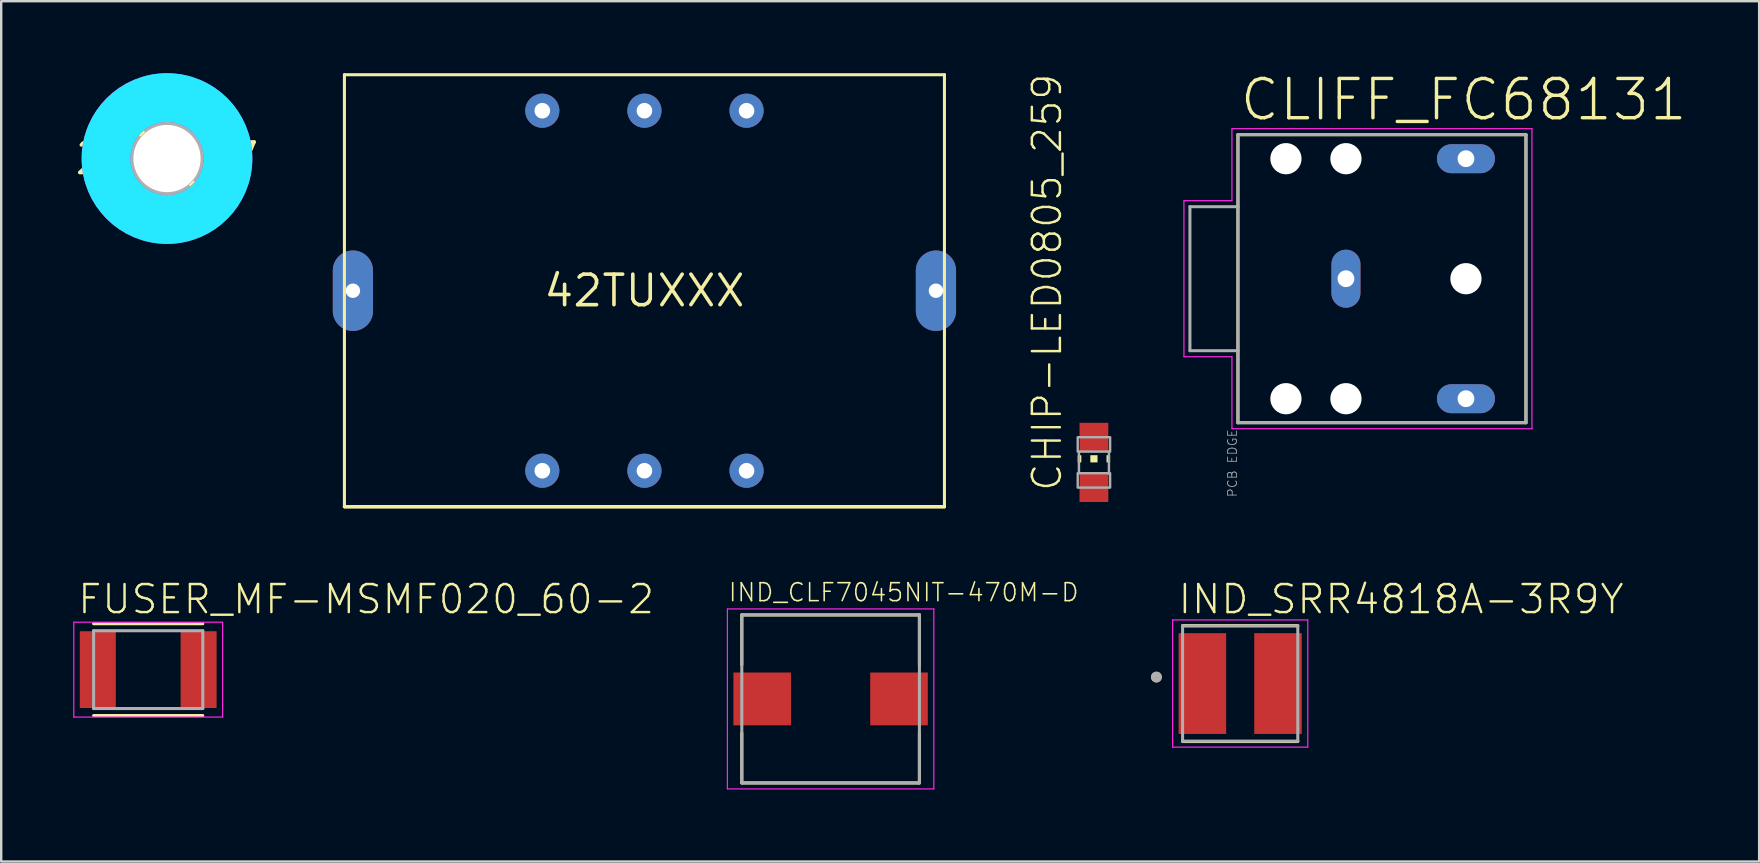
<source format=kicad_pcb>
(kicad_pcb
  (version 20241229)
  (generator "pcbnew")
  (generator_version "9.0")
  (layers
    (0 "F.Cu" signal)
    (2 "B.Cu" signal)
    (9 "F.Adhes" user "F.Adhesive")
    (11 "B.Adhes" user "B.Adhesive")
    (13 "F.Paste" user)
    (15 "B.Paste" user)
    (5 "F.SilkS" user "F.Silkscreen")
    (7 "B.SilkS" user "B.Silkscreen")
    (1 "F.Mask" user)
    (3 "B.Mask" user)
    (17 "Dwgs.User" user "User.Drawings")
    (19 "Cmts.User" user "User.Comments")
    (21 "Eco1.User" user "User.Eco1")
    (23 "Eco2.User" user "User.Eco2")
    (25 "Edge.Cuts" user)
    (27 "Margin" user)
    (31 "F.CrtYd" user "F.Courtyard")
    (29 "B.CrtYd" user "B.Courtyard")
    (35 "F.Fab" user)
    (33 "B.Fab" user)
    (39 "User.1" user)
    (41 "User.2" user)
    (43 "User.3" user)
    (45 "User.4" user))
  (footprint "IND_CLF7045NIT-470M-D"
    (layer "F.Cu")
    (at 31.557 26.07)
    (property "Reference" "IND_CLF7045NIT-470M-D" (at -4.3 -4 0) (unlocked yes) (layer "F.SilkS") (effects (font (size 0.748 0.748) (thickness 0.065)) (justify left bottom)))
    (fp_line (start -3.7 -3.5) (end -3.7 -1.42) (stroke (width 0.127) (type solid)) (layer "F.SilkS"))
    (fp_line (start -3.7 -3.5) (end 3.7 -3.5) (stroke (width 0.127) (type solid)) (layer "F.SilkS"))
    (fp_line (start -3.7 3.5) (end -3.7 1.42) (stroke (width 0.127) (type solid)) (layer "F.SilkS"))
    (fp_line (start -3.7 3.5) (end 3.7 3.5) (stroke (width 0.127) (type solid)) (layer "F.SilkS"))
    (fp_line (start 3.7 -3.5) (end 3.7 -1.42) (stroke (width 0.127) (type solid)) (layer "F.SilkS"))
    (fp_line (start 3.7 3.5) (end 3.7 1.42) (stroke (width 0.127) (type solid)) (layer "F.SilkS"))
    (fp_line (start -4.3 -3.75) (end -4.3 3.75) (stroke (width 0.05) (type solid)) (layer "F.CrtYd"))
    (fp_line (start -4.3 3.75) (end 4.3 3.75) (stroke (width 0.05) (type solid)) (layer "F.CrtYd"))
    (fp_line (start 4.3 -3.75) (end -4.3 -3.75) (stroke (width 0.05) (type solid)) (layer "F.CrtYd"))
    (fp_line (start 4.3 3.75) (end 4.3 -3.75) (stroke (width 0.05) (type solid)) (layer "F.CrtYd"))
    (fp_line (start -3.7 -3.5) (end -3.7 3.5) (stroke (width 0.127) (type solid)) (layer "F.Fab"))
    (fp_line (start -3.7 -3.5) (end 3.7 -3.5) (stroke (width 0.127) (type solid)) (layer "F.Fab"))
    (fp_line (start -3.7 3.5) (end 3.7 3.5) (stroke (width 0.127) (type solid)) (layer "F.Fab"))
    (fp_line (start 3.7 -3.5) (end 3.7 3.5) (stroke (width 0.127) (type solid)) (layer "F.Fab"))
    (pad "1" smd rect (at -2.85 0) (size 2.4 2.2) (layers "F.Cu" "F.Mask" "F.Paste"))
    (pad "2" smd rect (at 2.85 0) (size 2.4 2.2) (layers "F.Cu" "F.Mask" "F.Paste")))
  (footprint "FUSER_MF-MSMF020_60-2"
    (layer "F.Cu")
    (at 3.125 24.85)
    (property "Reference" "FUSER_MF-MSMF020_60-2" (at -3 -2.25 0) (unlocked yes) (layer "F.SilkS") (effects (font (size 1.168 1.168) (thickness 0.102)) (justify left bottom)))
    (fp_line (start -2.275 1.913) (end 2.275 1.913) (stroke (width 0.127) (type solid)) (layer "F.SilkS"))
    (fp_line (start 2.275 -1.913) (end -2.275 -1.913) (stroke (width 0.127) (type solid)) (layer "F.SilkS"))
    (fp_line (start -3.1 -1.977) (end 3.1 -1.977) (stroke (width 0.05) (type solid)) (layer "F.CrtYd"))
    (fp_line (start -3.1 1.977) (end -3.1 -1.977) (stroke (width 0.05) (type solid)) (layer "F.CrtYd"))
    (fp_line (start 3.1 -1.977) (end 3.1 1.977) (stroke (width 0.05) (type solid)) (layer "F.CrtYd"))
    (fp_line (start 3.1 1.977) (end -3.1 1.977) (stroke (width 0.05) (type solid)) (layer "F.CrtYd"))
    (fp_line (start -2.275 -1.62) (end -2.275 1.62) (stroke (width 0.127) (type solid)) (layer "F.Fab"))
    (fp_line (start -2.275 1.62) (end 2.275 1.62) (stroke (width 0.127) (type solid)) (layer "F.Fab"))
    (fp_line (start 2.275 -1.62) (end -2.275 -1.62) (stroke (width 0.127) (type solid)) (layer "F.Fab"))
    (fp_line (start 2.275 1.62) (end 2.275 -1.62) (stroke (width 0.127) (type solid)) (layer "F.Fab"))
    (pad "1" smd rect (at -2.1 0) (size 1.5 3.2) (layers "F.Cu" "F.Mask" "F.Paste"))
    (pad "2" smd rect (at 2.1 0) (size 1.5 3.2) (layers "F.Cu" "F.Mask" "F.Paste")))
  (footprint "CLIFF_FC68131"
    (layer "F.Cu")
    (at 53.028 8.562)
    (property "Reference" "CLIFF_FC68131" (at -4.5 -6.5 0) (unlocked yes) (layer "F.SilkS") (effects (font (size 1.636 1.636) (thickness 0.142)) (justify left bottom)))
    (fp_line (start -4.5 -6) (end 7.5 -6) (stroke (width 0.127) (type solid)) (layer "F.SilkS"))
    (fp_line (start -4.5 6) (end -4.5 -6) (stroke (width 0.127) (type solid)) (layer "F.SilkS"))
    (fp_line (start 7.5 -6) (end 7.5 6) (stroke (width 0.127) (type solid)) (layer "F.SilkS"))
    (fp_line (start 7.5 6) (end -4.5 6) (stroke (width 0.127) (type solid)) (layer "F.SilkS"))
    (fp_line (start -6.75 -3.25) (end -6.75 3.25) (stroke (width 0.05) (type solid)) (layer "F.CrtYd"))
    (fp_line (start -6.75 3.25) (end -4.75 3.25) (stroke (width 0.05) (type solid)) (layer "F.CrtYd"))
    (fp_line (start -4.75 -6.25) (end -4.75 -3.25) (stroke (width 0.05) (type solid)) (layer "F.CrtYd"))
    (fp_line (start -4.75 -3.25) (end -6.75 -3.25) (stroke (width 0.05) (type solid)) (layer "F.CrtYd"))
    (fp_line (start -4.75 3.25) (end -4.75 6.25) (stroke (width 0.05) (type solid)) (layer "F.CrtYd"))
    (fp_line (start -4.75 6.25) (end 7.75 6.25) (stroke (width 0.05) (type solid)) (layer "F.CrtYd"))
    (fp_line (start 7.75 -6.25) (end -4.75 -6.25) (stroke (width 0.05) (type solid)) (layer "F.CrtYd"))
    (fp_line (start 7.75 6.25) (end 7.75 -6.25) (stroke (width 0.05) (type solid)) (layer "F.CrtYd"))
    (fp_line (start -6.5 -3) (end -6.5 3) (stroke (width 0.127) (type solid)) (layer "F.Fab"))
    (fp_line (start -6.5 3) (end -4.5 3) (stroke (width 0.127) (type solid)) (layer "F.Fab"))
    (fp_line (start -4.5 -6) (end 7.5 -6) (stroke (width 0.127) (type solid)) (layer "F.Fab"))
    (fp_line (start -4.5 -3) (end -6.5 -3) (stroke (width 0.127) (type solid)) (layer "F.Fab"))
    (fp_line (start -4.5 -3) (end -4.5 -6) (stroke (width 0.127) (type solid)) (layer "F.Fab"))
    (fp_line (start -4.5 3) (end -4.5 -3) (stroke (width 0.127) (type solid)) (layer "F.Fab"))
    (fp_line (start -4.5 6) (end -4.5 3) (stroke (width 0.127) (type solid)) (layer "F.Fab"))
    (fp_line (start 7.5 -6) (end 7.5 6) (stroke (width 0.127) (type solid)) (layer "F.Fab"))
    (fp_line (start 7.5 6) (end -4.5 6) (stroke (width 0.127) (type solid)) (layer "F.Fab"))
    (fp_text user "PCB EDGE" (at -4.95 6.25 90) (layer "F.Fab") (effects (font (size 0.374 0.374) (thickness 0.033)) (justify right top)))
    (pad "" np_thru_hole circle (at -2.5 -5) (size 1.3 1.3) (drill 1.3) (layers "*.Cu" "*.Mask"))
    (pad "" np_thru_hole circle (at -2.5 5) (size 1.3 1.3) (drill 1.3) (layers "*.Cu" "*.Mask"))
    (pad "" np_thru_hole circle (at 0 -5) (size 1.3 1.3) (drill 1.3) (layers "*.Cu" "*.Mask"))
    (pad "" np_thru_hole circle (at 0 5) (size 1.3 1.3) (drill 1.3) (layers "*.Cu" "*.Mask"))
    (pad "" np_thru_hole circle (at 5 0) (size 1.3 1.3) (drill 1.3) (layers "*.Cu" "*.Mask"))
    (pad "1" thru_hole oval (at 0 0 90) (size 2.416 1.208) (drill 0.7) (layers "*.Cu" "*.Mask"))
    (pad "2" thru_hole oval (at 5 -5 180) (size 2.416 1.208) (drill 0.7) (layers "*.Cu" "*.Mask"))
    (pad "5" thru_hole oval (at 5 5 180) (size 2.416 1.208) (drill 0.7) (layers "*.Cu" "*.Mask")))
  (footprint "2,8_237"
    (layer "F.Cu")
    (at 3.908 3.556)
    (property "Reference" "2,8_237" (at 0 0 0) (unlocked yes) (layer "F.SilkS") (effects (font (size 1.27 1.27) (thickness 0.15))))
    (fp_circle (center 0 0) (end 1.5 0) (stroke (width 0.203) (type solid)) (fill no) (layer "F.SilkS"))
    (fp_circle (center 0 0) (end 2.921 0) (stroke (width 0.152) (type solid)) (fill no) (layer "F.SilkS"))
    (fp_circle (center 0 0) (end 2.54 0) (stroke (width 2.032) (type solid)) (fill no) (layer "B.CrtYd"))
    (fp_circle (center 0 0) (end 2.54 0) (stroke (width 2.032) (type solid)) (fill no) (layer "F.CrtYd"))
    (fp_arc (start 0 -1.778) (mid 1.257236 -1.257236) (end 1.778 0) (stroke (width 2.286) (type solid)) (layer "F.Fab"))
    (fp_arc (start 0 1.778) (mid -1.257236 1.257236) (end -1.778 0) (stroke (width 2.286) (type solid)) (layer "F.Fab"))
    (fp_circle (center 0 0) (end 0.635 0) (stroke (width 0.457) (type solid)) (fill no) (layer "F.Fab"))
    (pad "" np_thru_hole circle (at 0 0) (size 2.8 2.8) (drill 2.8) (layers "*.Cu" "*.Mask"))
    (zone (net_name "") (layer "F.Cu") (hatch edge 0.5) (connect_pads) (min_thickness 0.25) (filled_areas_thickness no) (keepout (tracks not_allowed) (vias not_allowed) (pads not_allowed) (copperpour not_allowed) (footprints allowed)) (placement (enabled no)) (fill) (polygon (pts (xy 7.464 3.556) (xy 7.444 3.178) (xy 7.384 2.804) (xy 7.284 2.439) (xy 7.146 2.087) (xy 6.972 1.751) (xy 6.762 1.435) (xy 6.521 1.144) (xy 6.25 0.88) (xy 5.952 0.646) (xy 5.631 0.445) (xy 5.291 0.28) (xy 4.935 0.151) (xy 4.567 0.062) (xy 4.192 0.011) (xy 3.813 0.001) (xy 3.436 0.031) (xy 3.064 0.102) (xy 2.702 0.211) (xy 2.353 0.358) (xy 2.022 0.541) (xy 1.712 0.759) (xy 1.427 1.008) (xy 1.17 1.286) (xy 0.945 1.59) (xy 0.753 1.916) (xy 0.596 2.261) (xy 0.477 2.62) (xy 0.397 2.99) (xy 0.357 3.367) (xy 0.357 3.745) (xy 0.397 4.122) (xy 0.477 4.492) (xy 0.596 4.851) (xy 0.753 5.196) (xy 0.945 5.522) (xy 1.17 5.826) (xy 1.427 6.104) (xy 1.712 6.353) (xy 2.022 6.571) (xy 2.353 6.754) (xy 2.702 6.901) (xy 3.064 7.01) (xy 3.436 7.081) (xy 3.813 7.111) (xy 4.192 7.101) (xy 4.567 7.05) (xy 4.935 6.961) (xy 5.291 6.832) (xy 5.631 6.667) (xy 5.952 6.466) (xy 6.25 6.232) (xy 6.521 5.968) (xy 6.762 5.677) (xy 6.972 5.361) (xy 7.146 5.025) (xy 7.284 4.673) (xy 7.384 4.308) (xy 7.444 3.934))) (polygon (pts (xy 5.432 3.556) (xy 5.412 3.312) (xy 5.354 3.073) (xy 5.257 2.848) (xy 5.126 2.64) (xy 4.964 2.457) (xy 4.774 2.302) (xy 4.561 2.179) (xy 4.332 2.092) (xy 4.092 2.043) (xy 3.847 2.033) (xy 3.603 2.063) (xy 3.368 2.131) (xy 3.146 2.236) (xy 2.944 2.376) (xy 2.767 2.545) (xy 2.62 2.741) (xy 2.506 2.959) (xy 2.428 3.191) (xy 2.389 3.433) (xy 2.389 3.679) (xy 2.428 3.921) (xy 2.506 4.153) (xy 2.62 4.371) (xy 2.767 4.567) (xy 2.944 4.736) (xy 3.146 4.876) (xy 3.368 4.981) (xy 3.603 5.049) (xy 3.847 5.079) (xy 4.092 5.069) (xy 4.332 5.02) (xy 4.561 4.933) (xy 4.774 4.81) (xy 4.964 4.655) (xy 5.126 4.472) (xy 5.257 4.264) (xy 5.354 4.039) (xy 5.412 3.8))))
    (zone (net_name "") (layers "F.Cu" "B.Cu") (hatch edge 0.5) (connect_pads) (min_thickness 0.25) (filled_areas_thickness no) (keepout (tracks allowed) (vias not_allowed) (pads allowed) (copperpour allowed) (footprints allowed)) (placement (enabled no)) (fill) (polygon (pts (xy 7.464 3.556) (xy 7.444 3.178) (xy 7.384 2.804) (xy 7.284 2.439) (xy 7.146 2.087) (xy 6.972 1.751) (xy 6.762 1.435) (xy 6.521 1.144) (xy 6.25 0.88) (xy 5.952 0.646) (xy 5.631 0.445) (xy 5.291 0.28) (xy 4.935 0.151) (xy 4.567 0.062) (xy 4.192 0.011) (xy 3.813 0.001) (xy 3.436 0.031) (xy 3.064 0.102) (xy 2.702 0.211) (xy 2.353 0.358) (xy 2.022 0.541) (xy 1.712 0.759) (xy 1.427 1.008) (xy 1.17 1.286) (xy 0.945 1.59) (xy 0.753 1.916) (xy 0.596 2.261) (xy 0.477 2.62) (xy 0.397 2.99) (xy 0.357 3.367) (xy 0.357 3.745) (xy 0.397 4.122) (xy 0.477 4.492) (xy 0.596 4.851) (xy 0.753 5.196) (xy 0.945 5.522) (xy 1.17 5.826) (xy 1.427 6.104) (xy 1.712 6.353) (xy 2.022 6.571) (xy 2.353 6.754) (xy 2.702 6.901) (xy 3.064 7.01) (xy 3.436 7.081) (xy 3.813 7.111) (xy 4.192 7.101) (xy 4.567 7.05) (xy 4.935 6.961) (xy 5.291 6.832) (xy 5.631 6.667) (xy 5.952 6.466) (xy 6.25 6.232) (xy 6.521 5.968) (xy 6.762 5.677) (xy 6.972 5.361) (xy 7.146 5.025) (xy 7.284 4.673) (xy 7.384 4.308) (xy 7.444 3.934))) (polygon (pts (xy 5.432 3.556) (xy 5.412 3.312) (xy 5.354 3.073) (xy 5.257 2.848) (xy 5.126 2.64) (xy 4.964 2.457) (xy 4.774 2.302) (xy 4.561 2.179) (xy 4.332 2.092) (xy 4.092 2.043) (xy 3.847 2.033) (xy 3.603 2.063) (xy 3.368 2.131) (xy 3.146 2.236) (xy 2.944 2.376) (xy 2.767 2.545) (xy 2.62 2.741) (xy 2.506 2.959) (xy 2.428 3.191) (xy 2.389 3.433) (xy 2.389 3.679) (xy 2.428 3.921) (xy 2.506 4.153) (xy 2.62 4.371) (xy 2.767 4.567) (xy 2.944 4.736) (xy 3.146 4.876) (xy 3.368 4.981) (xy 3.603 5.049) (xy 3.847 5.079) (xy 4.092 5.069) (xy 4.332 5.02) (xy 4.561 4.933) (xy 4.774 4.81) (xy 4.964 4.655) (xy 5.126 4.472) (xy 5.257 4.264) (xy 5.354 4.039) (xy 5.412 3.8))))
    (zone (net_name "") (layer "B.Cu") (hatch edge 0.5) (connect_pads) (min_thickness 0.25) (filled_areas_thickness no) (keepout (tracks not_allowed) (vias not_allowed) (pads not_allowed) (copperpour not_allowed) (footprints allowed)) (placement (enabled no)) (fill) (polygon (pts (xy 7.464 3.556) (xy 7.444 3.178) (xy 7.384 2.804) (xy 7.284 2.439) (xy 7.146 2.087) (xy 6.972 1.751) (xy 6.762 1.435) (xy 6.521 1.144) (xy 6.25 0.88) (xy 5.952 0.646) (xy 5.631 0.445) (xy 5.291 0.28) (xy 4.935 0.151) (xy 4.567 0.062) (xy 4.192 0.011) (xy 3.813 0.001) (xy 3.436 0.031) (xy 3.064 0.102) (xy 2.702 0.211) (xy 2.353 0.358) (xy 2.022 0.541) (xy 1.712 0.759) (xy 1.427 1.008) (xy 1.17 1.286) (xy 0.945 1.59) (xy 0.753 1.916) (xy 0.596 2.261) (xy 0.477 2.62) (xy 0.397 2.99) (xy 0.357 3.367) (xy 0.357 3.745) (xy 0.397 4.122) (xy 0.477 4.492) (xy 0.596 4.851) (xy 0.753 5.196) (xy 0.945 5.522) (xy 1.17 5.826) (xy 1.427 6.104) (xy 1.712 6.353) (xy 2.022 6.571) (xy 2.353 6.754) (xy 2.702 6.901) (xy 3.064 7.01) (xy 3.436 7.081) (xy 3.813 7.111) (xy 4.192 7.101) (xy 4.567 7.05) (xy 4.935 6.961) (xy 5.291 6.832) (xy 5.631 6.667) (xy 5.952 6.466) (xy 6.25 6.232) (xy 6.521 5.968) (xy 6.762 5.677) (xy 6.972 5.361) (xy 7.146 5.025) (xy 7.284 4.673) (xy 7.384 4.308) (xy 7.444 3.934))) (polygon (pts (xy 5.432 3.556) (xy 5.412 3.312) (xy 5.354 3.073) (xy 5.257 2.848) (xy 5.126 2.64) (xy 4.964 2.457) (xy 4.774 2.302) (xy 4.561 2.179) (xy 4.332 2.092) (xy 4.092 2.043) (xy 3.847 2.033) (xy 3.603 2.063) (xy 3.368 2.131) (xy 3.146 2.236) (xy 2.944 2.376) (xy 2.767 2.545) (xy 2.62 2.741) (xy 2.506 2.959) (xy 2.428 3.191) (xy 2.389 3.433) (xy 2.389 3.679) (xy 2.428 3.921) (xy 2.506 4.153) (xy 2.62 4.371) (xy 2.767 4.567) (xy 2.944 4.736) (xy 3.146 4.876) (xy 3.368 4.981) (xy 3.603 5.049) (xy 3.847 5.079) (xy 4.092 5.069) (xy 4.332 5.02) (xy 4.561 4.933) (xy 4.774 4.81) (xy 4.964 4.655) (xy 5.126 4.472) (xy 5.257 4.264) (xy 5.354 4.039) (xy 5.412 3.8)))))
  (footprint "42TUXXX"
    (layer "F.Cu")
    (at 23.8 9.063)
    (property "Reference" "42TUXXX" (at 0 0 0) (unlocked yes) (layer "F.SilkS") (effects (font (size 1.27 1.27) (thickness 0.15))))
    (fp_line (start -12.5 -9) (end 12.5 -9) (stroke (width 0.127) (type solid)) (layer "F.SilkS"))
    (fp_line (start -12.5 9) (end -12.5 -9) (stroke (width 0.127) (type solid)) (layer "F.SilkS"))
    (fp_line (start -12.5 9) (end 12.5 9) (stroke (width 0.127) (type solid)) (layer "F.SilkS"))
    (fp_line (start 12.5 -9) (end 12.5 9) (stroke (width 0.127) (type solid)) (layer "F.SilkS"))
    (fp_line (start 12.5 9) (end -12.5 9) (stroke (width 0.127) (type solid)) (layer "F.SilkS"))
    (fp_line (start 12.5 9) (end -12.5 9) (stroke (width 0.127) (type solid)) (layer "F.SilkS"))
    (pad "1" thru_hole circle (at 4.255 -7.5) (size 1.422 1.422) (drill 0.65) (layers "*.Cu" "*.Mask"))
    (pad "2" thru_hole circle (at 0 -7.5) (size 1.422 1.422) (drill 0.65) (layers "*.Cu" "*.Mask"))
    (pad "3" thru_hole circle (at -4.255 -7.5) (size 1.422 1.422) (drill 0.65) (layers "*.Cu" "*.Mask"))
    (pad "4" thru_hole circle (at -4.255 7.5) (size 1.422 1.422) (drill 0.65) (layers "*.Cu" "*.Mask"))
    (pad "5" thru_hole circle (at 0 7.5) (size 1.422 1.422) (drill 0.65) (layers "*.Cu" "*.Mask"))
    (pad "6" thru_hole circle (at 4.255 7.5) (size 1.422 1.422) (drill 0.65) (layers "*.Cu" "*.Mask"))
    (pad "7" thru_hole oval (at -12.146 0 90) (size 3.353 1.676) (drill 0.6) (layers "*.Cu" "*.Mask"))
    (pad "8" thru_hole oval (at 12.146 0 90) (size 3.353 1.676) (drill 0.6) (layers "*.Cu" "*.Mask")))
  (footprint "IND_SRR4818A-3R9Y"
    (layer "F.Cu")
    (at 48.622 25.43)
    (property "Reference" "IND_SRR4818A-3R9Y" (at -2.65 -2.83 0) (unlocked yes) (layer "F.SilkS") (effects (font (size 1.168 1.168) (thickness 0.102)) (justify left bottom)))
    (fp_line (start -2.4 -2.415) (end 2.4 -2.415) (stroke (width 0.127) (type solid)) (layer "F.SilkS"))
    (fp_line (start -2.4 2.415) (end 2.4 2.415) (stroke (width 0.127) (type solid)) (layer "F.SilkS"))
    (fp_circle (center -3.49 -0.27) (end -3.368 -0.27) (stroke (width 0.2) (type solid)) (fill no) (layer "F.SilkS"))
    (fp_line (start -2.815 -2.65) (end 2.815 -2.65) (stroke (width 0.05) (type solid)) (layer "F.CrtYd"))
    (fp_line (start -2.815 2.65) (end -2.815 -2.65) (stroke (width 0.05) (type solid)) (layer "F.CrtYd"))
    (fp_line (start 2.815 -2.65) (end 2.815 2.65) (stroke (width 0.05) (type solid)) (layer "F.CrtYd"))
    (fp_line (start 2.815 2.65) (end -2.815 2.65) (stroke (width 0.05) (type solid)) (layer "F.CrtYd"))
    (fp_line (start -2.4 -2.4) (end 2.4 -2.4) (stroke (width 0.127) (type solid)) (layer "F.Fab"))
    (fp_line (start -2.4 2.4) (end -2.4 -2.4) (stroke (width 0.127) (type solid)) (layer "F.Fab"))
    (fp_line (start 2.4 -2.4) (end 2.4 2.4) (stroke (width 0.127) (type solid)) (layer "F.Fab"))
    (fp_line (start 2.4 2.4) (end -2.4 2.4) (stroke (width 0.127) (type solid)) (layer "F.Fab"))
    (fp_circle (center -3.49 -0.27) (end -3.36 -0.27) (stroke (width 0.2) (type solid)) (fill no) (layer "F.Fab"))
    (pad "1" smd rect (at -1.575 0) (size 1.98 4.2) (layers "F.Cu" "F.Mask" "F.Paste"))
    (pad "2" smd rect (at 1.575 0) (size 1.98 4.2) (layers "F.Cu" "F.Mask" "F.Paste")))
  (footprint "CHIP-LED0805_259"
    (layer "F.Cu")
    (at 42.528 16.216)
    (property "Reference" "CHIP-LED0805_259" (at -1.27 1.27 90) (unlocked yes) (layer "F.SilkS") (effects (font (size 1.168 1.168) (thickness 0.102)) (justify left bottom)))
    (fp_poly (pts (xy -0.675 0) (xy -0.525 0) (xy -0.525 -0.3) (xy -0.675 -0.3)) (stroke (width 0) (type default)) (fill yes) (layer "F.SilkS"))
    (fp_poly (pts (xy -0.15 0) (xy 0.15 0) (xy 0.15 -0.3) (xy -0.15 -0.3)) (stroke (width 0) (type default)) (fill yes) (layer "F.SilkS"))
    (fp_poly (pts (xy 0.525 0) (xy 0.675 0) (xy 0.675 -0.3) (xy 0.525 -0.3)) (stroke (width 0) (type default)) (fill yes) (layer "F.SilkS"))
    (fp_line (start -0.625 -0.45) (end -0.625 0.45) (stroke (width 0.102) (type solid)) (layer "F.Fab"))
    (fp_line (start 0.625 -0.45) (end 0.625 0.475) (stroke (width 0.102) (type solid)) (layer "F.Fab"))
    (fp_poly (pts (xy -0.675 -0.45) (xy 0.675 -0.45) (xy 0.675 -1.05) (xy -0.675 -1.05)) (stroke (width 0.1) (type default)) (fill no) (layer "F.Fab"))
    (fp_poly (pts (xy -0.675 1.05) (xy 0.675 1.05) (xy 0.675 0.45) (xy -0.675 0.45)) (stroke (width 0.1) (type default)) (fill no) (layer "F.Fab"))
    (pad "A" smd rect (at 0 1.05) (size 1.2 1.2) (layers "F.Cu" "F.Mask" "F.Paste"))
    (pad "C" smd rect (at 0 -1.05) (size 1.2 1.2) (layers "F.Cu" "F.Mask" "F.Paste")))
  (gr_rect
    (start -3 -3)
    (end 70.244 32.845)
    (stroke (width 0.1) (type default))
    (fill no)
    (layer "Edge.Cuts")))
</source>
